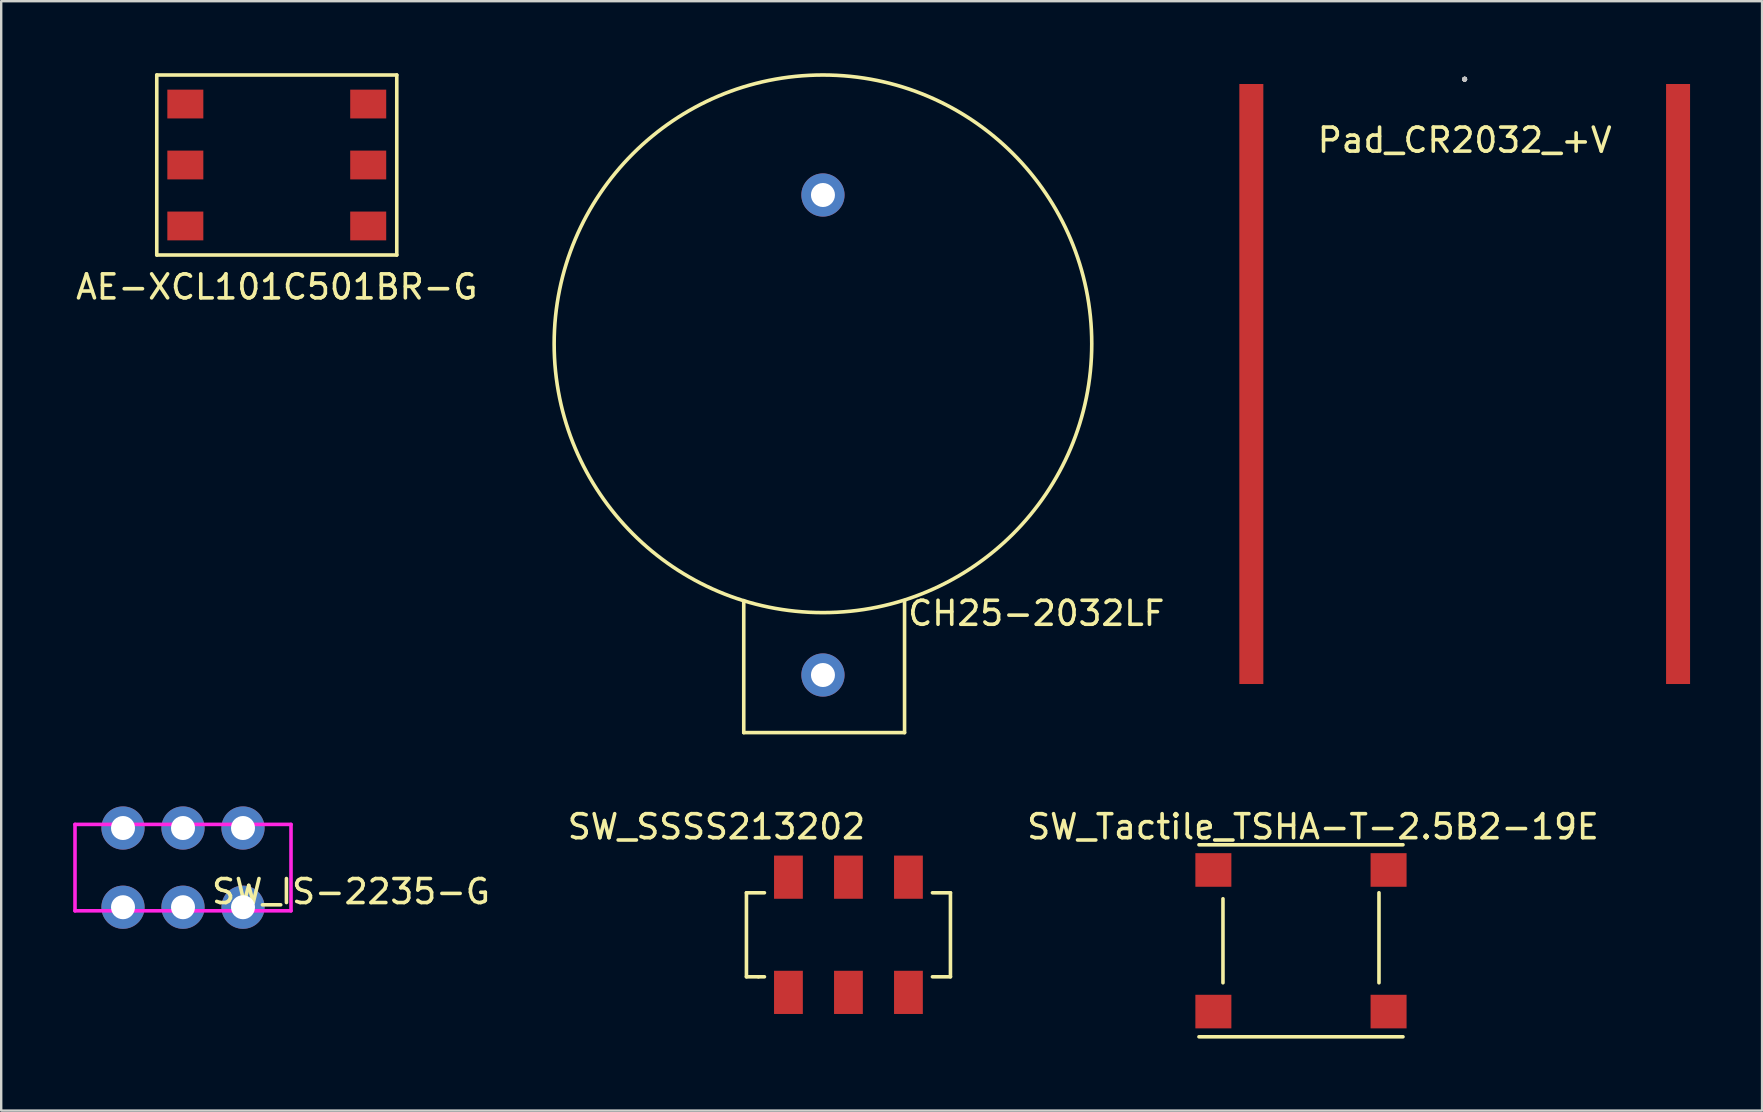
<source format=kicad_pcb>
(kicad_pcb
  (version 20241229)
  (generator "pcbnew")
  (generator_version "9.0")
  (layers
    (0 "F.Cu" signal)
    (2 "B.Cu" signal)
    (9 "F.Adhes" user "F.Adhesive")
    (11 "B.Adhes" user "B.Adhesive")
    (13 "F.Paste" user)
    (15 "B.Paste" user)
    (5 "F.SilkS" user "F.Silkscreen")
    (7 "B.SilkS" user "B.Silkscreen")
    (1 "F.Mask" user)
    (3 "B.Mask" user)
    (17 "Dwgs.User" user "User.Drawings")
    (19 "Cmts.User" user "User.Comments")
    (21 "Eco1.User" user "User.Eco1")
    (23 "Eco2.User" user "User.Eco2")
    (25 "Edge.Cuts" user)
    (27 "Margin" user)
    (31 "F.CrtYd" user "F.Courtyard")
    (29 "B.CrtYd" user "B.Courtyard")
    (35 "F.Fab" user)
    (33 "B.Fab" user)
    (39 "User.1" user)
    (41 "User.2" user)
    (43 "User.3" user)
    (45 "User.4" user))
  (footprint "SW_Tactile_TSHA-T-2.5B2-19E"
    (layer "F.Cu")
    (at 51.156 36.148)
    (property "Reference" "SW_Tactile_TSHA-T-2.5B2-19E" (at 0.5 -4.75 0) (layer "F.SilkS") (effects (font (size 1 1) (thickness 0.15))))
    (attr through_hole)
    (fp_line (start -4.25 -4) (end 4.25 -4) (stroke (width 0.15) (type solid)) (layer "F.SilkS"))
    (fp_line (start -4.25 4) (end 4.25 4) (stroke (width 0.15) (type solid)) (layer "F.SilkS"))
    (fp_line (start -3.25 -1.75) (end -3.25 1.75) (stroke (width 0.15) (type solid)) (layer "F.SilkS"))
    (fp_line (start 3.25 -2) (end 3.25 1.75) (stroke (width 0.15) (type solid)) (layer "F.SilkS"))
    (pad "1" smd rect (at -3.65 2.95) (size 1.5 1.4) (layers "F.Cu" "F.Mask" "F.Paste"))
    (pad "2" smd rect (at 3.65 2.95) (size 1.5 1.4) (layers "F.Cu" "F.Mask" "F.Paste"))
    (pad "3" smd rect (at 3.65 -2.95) (size 1.5 1.4) (layers "F.Cu" "F.Mask" "F.Paste"))
    (pad "4" smd rect (at -3.65 -2.95) (size 1.5 1.4) (layers "F.Cu" "F.Mask" "F.Paste")))
  (footprint "Pad_CR2032_+V"
    (layer "F.Cu")
    (at 57.978 0.25)
    (property "Reference" "Pad_CR2032_+V" (at 0 2.54 0) (layer "F.SilkS") (effects (font (size 1 1) (thickness 0.15))))
    (attr through_hole)
    (fp_line (start 0 0) (end 0 0) (stroke (width 0.1) (type solid)) (layer "Dwgs.User"))
    (fp_line (start 0 0) (end 0 0) (stroke (width 0.1) (type solid)) (layer "Dwgs.User"))
    (fp_line (start 0 0) (end 0 0) (stroke (width 0.1) (type solid)) (layer "Dwgs.User"))
    (fp_line (start 0 0) (end 0 0) (stroke (width 0.1) (type solid)) (layer "Dwgs.User"))
    (fp_line (start 0 0) (end 0 0) (stroke (width 0.1) (type solid)) (layer "Dwgs.User"))
    (fp_line (start 0 0) (end 0 0) (stroke (width 0.1) (type solid)) (layer "Dwgs.User"))
    (fp_line (start 0 0) (end 0 0) (stroke (width 0.1) (type solid)) (layer "Dwgs.User"))
    (fp_line (start 0 0) (end 0 0) (stroke (width 0.1) (type solid)) (layer "Dwgs.User"))
    (fp_line (start 0 0) (end 0 0) (stroke (width 0.1) (type solid)) (layer "Dwgs.User"))
    (fp_line (start 0 0) (end 0 0) (stroke (width 0.1) (type solid)) (layer "Dwgs.User"))
    (fp_line (start 0 0) (end 0 0) (stroke (width 0.1) (type solid)) (layer "Dwgs.User"))
    (fp_line (start 0 0) (end 0 0) (stroke (width 0.1) (type solid)) (layer "Dwgs.User"))
    (fp_line (start 0 0) (end 0 0) (stroke (width 0.1) (type solid)) (layer "Dwgs.User"))
    (fp_line (start 0 0) (end 0 0) (stroke (width 0.1) (type solid)) (layer "Dwgs.User"))
    (fp_line (start 0 0) (end 0 0) (stroke (width 0.1) (type solid)) (layer "Dwgs.User"))
    (fp_line (start 0 0) (end 0 0) (stroke (width 0.1) (type solid)) (layer "Dwgs.User"))
    (fp_line (start 0 0) (end 0 0) (stroke (width 0.1) (type solid)) (layer "Dwgs.User"))
    (fp_line (start 0 0) (end 0 0) (stroke (width 0.1) (type solid)) (layer "Dwgs.User"))
    (fp_line (start 0 0) (end 0 0) (stroke (width 0.1) (type solid)) (layer "Dwgs.User"))
    (fp_line (start 0 0) (end 0 0) (stroke (width 0.1) (type solid)) (layer "Dwgs.User"))
    (fp_line (start 0 0) (end 0 0) (stroke (width 0.1) (type solid)) (layer "Dwgs.User"))
    (fp_line (start 0 0) (end 0 0) (stroke (width 0.1) (type solid)) (layer "Dwgs.User"))
    (fp_line (start 0 0) (end 0 0) (stroke (width 0.1) (type solid)) (layer "Dwgs.User"))
    (fp_line (start 0 0) (end 0 0) (stroke (width 0.1) (type solid)) (layer "Dwgs.User"))
    (fp_line (start 0 0) (end 0 0) (stroke (width 0.1) (type solid)) (layer "Dwgs.User"))
    (fp_line (start 0 0) (end 0 0) (stroke (width 0.1) (type solid)) (layer "Dwgs.User"))
    (fp_line (start 0 0) (end 0 0) (stroke (width 0.1) (type solid)) (layer "Dwgs.User"))
    (fp_line (start 0 0) (end 0 0) (stroke (width 0.1) (type solid)) (layer "Dwgs.User"))
    (fp_line (start 0 0) (end 0 0) (stroke (width 0.1) (type solid)) (layer "Dwgs.User"))
    (fp_line (start 0 0) (end 0 0) (stroke (width 0.1) (type solid)) (layer "Dwgs.User"))
    (fp_line (start 0 0) (end 0 0) (stroke (width 0.1) (type solid)) (layer "Dwgs.User"))
    (fp_line (start 0 0) (end 0 0) (stroke (width 0.1) (type solid)) (layer "Dwgs.User"))
    (fp_line (start 0 0) (end 0 0) (stroke (width 0.1) (type solid)) (layer "Dwgs.User"))
    (fp_line (start 0 0) (end 0 0) (stroke (width 0.1) (type solid)) (layer "Dwgs.User"))
    (fp_line (start 0 0) (end 0 0) (stroke (width 0.1) (type solid)) (layer "Dwgs.User"))
    (fp_line (start 0 0) (end 0 0) (stroke (width 0.1) (type solid)) (layer "Dwgs.User"))
    (fp_line (start 0 0) (end 0 0) (stroke (width 0.1) (type solid)) (layer "Dwgs.User"))
    (fp_line (start 0 0) (end 0 0) (stroke (width 0.1) (type solid)) (layer "Dwgs.User"))
    (fp_line (start 0 0) (end 0 0) (stroke (width 0.1) (type solid)) (layer "Dwgs.User"))
    (fp_line (start 0 0) (end 0 0) (stroke (width 0.1) (type solid)) (layer "Dwgs.User"))
    (fp_line (start 0 0) (end 0 0) (stroke (width 0.1) (type solid)) (layer "Dwgs.User"))
    (fp_line (start 0 0) (end 0 0) (stroke (width 0.1) (type solid)) (layer "Dwgs.User"))
    (fp_line (start 0 0) (end 0 0) (stroke (width 0.1) (type solid)) (layer "Dwgs.User"))
    (fp_line (start 0 0) (end 0 0) (stroke (width 0.1) (type solid)) (layer "Dwgs.User"))
    (fp_line (start 0 0) (end 0 0) (stroke (width 0.1) (type solid)) (layer "Dwgs.User"))
    (fp_arc (start 0 0) (mid 0 0) (end 0 0) (stroke (width 0.1) (type solid)) (layer "Dwgs.User"))
    (fp_arc (start 0 0) (mid 0 0) (end 0 0) (stroke (width 0.1) (type solid)) (layer "Dwgs.User"))
    (fp_arc (start 0 0) (mid 0 0) (end 0 0) (stroke (width 0.1) (type solid)) (layer "Dwgs.User"))
    (fp_arc (start 0 0) (mid 0 0) (end 0 0) (stroke (width 0.1) (type solid)) (layer "Dwgs.User"))
    (fp_arc (start 0 0) (mid 0 0) (end 0 0) (stroke (width 0.1) (type solid)) (layer "Dwgs.User"))
    (fp_arc (start 0 0) (mid 0 0) (end 0 0) (stroke (width 0.1) (type solid)) (layer "Dwgs.User"))
    (fp_arc (start 0 0) (mid 0 0) (end 0 0) (stroke (width 0.1) (type solid)) (layer "Dwgs.User"))
    (fp_arc (start 0 0) (mid 0 0) (end 0 0) (stroke (width 0.1) (type solid)) (layer "Dwgs.User"))
    (fp_arc (start 0 0) (mid 0 0) (end 0 0) (stroke (width 0.1) (type solid)) (layer "Dwgs.User"))
    (fp_arc (start 0 0) (mid 0 0) (end 0 0) (stroke (width 0.1) (type solid)) (layer "Dwgs.User"))
    (fp_arc (start 0 0) (mid 0 0) (end 0 0) (stroke (width 0.1) (type solid)) (layer "Dwgs.User"))
    (fp_arc (start 0 0) (mid 0 0) (end 0 0) (stroke (width 0.1) (type solid)) (layer "Dwgs.User"))
    (fp_circle (center 0 0) (end 0 0) (stroke (width 0.1) (type solid)) (fill no) (layer "Dwgs.User"))
    (pad "1" smd rect (at -8.89 12.7) (size 1 25) (layers "F.Cu" "F.Mask" "F.Paste"))
    (pad "1" smd rect (at 8.89 12.7) (size 1 25) (layers "F.Cu" "F.Mask" "F.Paste")))
  (footprint "CH25-2032LF"
    (layer "F.Cu")
    (at 31.239 11.075)
    (property "Reference" "CH25-2032LF" (at 8.89 11.43 0) (layer "F.SilkS") (effects (font (size 1 1) (thickness 0.15))))
    (attr through_hole)
    (fp_line (start -3.3 16.4) (end -3.3 10.9) (stroke (width 0.15) (type solid)) (layer "F.SilkS"))
    (fp_line (start -3.3 16.4) (end 3.4 16.4) (stroke (width 0.15) (type solid)) (layer "F.SilkS"))
    (fp_line (start 3.4 16.4) (end 3.4 10.9) (stroke (width 0.15) (type solid)) (layer "F.SilkS"))
    (fp_circle (center 0 0.2) (end 0 11.4) (stroke (width 0.15) (type solid)) (fill no) (layer "F.SilkS"))
    (pad "1" thru_hole circle (at 0 14) (size 1.8 1.8) (drill 1) (layers "*.Cu" "*.Mask"))
    (pad "2" thru_hole circle (at 0 -6) (size 1.8 1.8) (drill 1) (layers "*.Cu" "*.Mask")))
  (footprint "SW_SSSS213202"
    (layer "F.Cu")
    (at 32.301 35.898)
    (property "Reference" "SW_SSSS213202" (at -5.5 -4.5 0) (layer "F.SilkS") (effects (font (size 1 1) (thickness 0.15))))
    (attr through_hole)
    (fp_line (start -4.25 -1.75) (end -4.25 1.75) (stroke (width 0.15) (type solid)) (layer "F.SilkS"))
    (fp_line (start -4.25 -1.75) (end -3.5 -1.75) (stroke (width 0.15) (type solid)) (layer "F.SilkS"))
    (fp_line (start -4.25 1.75) (end -3.75 1.75) (stroke (width 0.15) (type solid)) (layer "F.SilkS"))
    (fp_line (start -3.75 1.75) (end -3.5 1.75) (stroke (width 0.15) (type solid)) (layer "F.SilkS"))
    (fp_line (start 4.25 -1.75) (end 3.5 -1.75) (stroke (width 0.15) (type solid)) (layer "F.SilkS"))
    (fp_line (start 4.25 -1.75) (end 4.25 1.75) (stroke (width 0.15) (type solid)) (layer "F.SilkS"))
    (fp_line (start 4.25 1.75) (end 3.5 1.75) (stroke (width 0.15) (type solid)) (layer "F.SilkS"))
    (pad "1" smd rect (at -2.5 2.4) (size 1.2 1.8) (layers "F.Cu" "F.Mask" "F.Paste"))
    (pad "2" smd rect (at 0 2.4) (size 1.2 1.8) (layers "F.Cu" "F.Mask" "F.Paste"))
    (pad "3" smd rect (at 2.5 2.4) (size 1.2 1.8) (layers "F.Cu" "F.Mask" "F.Paste"))
    (pad "4" smd rect (at 2.5 -2.4) (size 1.2 1.8) (layers "F.Cu" "F.Mask" "F.Paste"))
    (pad "5" smd rect (at 0 -2.4) (size 1.2 1.8) (layers "F.Cu" "F.Mask" "F.Paste"))
    (pad "6" smd rect (at -2.5 -2.4) (size 1.2 1.8) (layers "F.Cu" "F.Mask" "F.Paste")))
  (footprint "SW_IS-2235-G"
    (layer "F.Cu")
    (at 4.575 33.1)
    (property "Reference" "SW_IS-2235-G" (at 7 1 0) (layer "F.SilkS") (effects (font (size 1 1) (thickness 0.15))))
    (attr through_hole)
    (fp_line (start -4.5 -1.8) (end 4.5 -1.8) (stroke (width 0.15) (type solid)) (layer "F.CrtYd"))
    (fp_line (start -4.5 1.8) (end -4.5 -1.8) (stroke (width 0.15) (type solid)) (layer "F.CrtYd"))
    (fp_line (start 4.5 -1.8) (end 4.5 1.8) (stroke (width 0.15) (type solid)) (layer "F.CrtYd"))
    (fp_line (start 4.5 1.8) (end -4.5 1.8) (stroke (width 0.15) (type solid)) (layer "F.CrtYd"))
    (pad "1" thru_hole circle (at -2.5 -1.65) (size 1.8 1.8) (drill 1) (layers "*.Cu" "*.Mask"))
    (pad "2" thru_hole circle (at 0 -1.65) (size 1.8 1.8) (drill 1) (layers "*.Cu" "*.Mask"))
    (pad "3" thru_hole circle (at 2.5 -1.65) (size 1.8 1.8) (drill 1) (layers "*.Cu" "*.Mask"))
    (pad "4" thru_hole circle (at -2.5 1.65) (size 1.8 1.8) (drill 1) (layers "*.Cu" "*.Mask"))
    (pad "5" thru_hole circle (at 0 1.65) (size 1.8 1.8) (drill 1) (layers "*.Cu" "*.Mask"))
    (pad "6" thru_hole circle (at 2.5 1.65) (size 1.8 1.8) (drill 1) (layers "*.Cu" "*.Mask")))
  (footprint "AE-XCL101C501BR-G"
    (layer "F.Cu")
    (at 8.482 3.825)
    (property "Reference" "AE-XCL101C501BR-G" (at 0 5.08 0) (layer "F.SilkS") (effects (font (size 1 1) (thickness 0.15))))
    (attr through_hole)
    (fp_line (start -5 -3.75) (end -5 3.75) (stroke (width 0.15) (type solid)) (layer "F.SilkS"))
    (fp_line (start -5 3.75) (end 5 3.75) (stroke (width 0.15) (type solid)) (layer "F.SilkS"))
    (fp_line (start 5 -3.75) (end -5 -3.75) (stroke (width 0.15) (type solid)) (layer "F.SilkS"))
    (fp_line (start 5 3.75) (end 5 -3.75) (stroke (width 0.15) (type solid)) (layer "F.SilkS"))
    (pad "1" smd rect (at -3.81 -2.54) (size 1.5 1.2) (layers "F.Cu" "F.Mask" "F.Paste"))
    (pad "2" smd rect (at -3.81 0) (size 1.5 1.2) (layers "F.Cu" "F.Mask" "F.Paste"))
    (pad "3" smd rect (at -3.81 2.54) (size 1.5 1.2) (layers "F.Cu" "F.Mask" "F.Paste"))
    (pad "4" smd rect (at 3.81 2.54) (size 1.5 1.2) (layers "F.Cu" "F.Mask" "F.Paste"))
    (pad "5" smd rect (at 3.81 0) (size 1.5 1.2) (layers "F.Cu" "F.Mask" "F.Paste"))
    (pad "6" smd rect (at 3.81 -2.54) (size 1.5 1.2) (layers "F.Cu" "F.Mask" "F.Paste")))
  (gr_rect
    (start -3 -3)
    (end 70.368 43.223)
    (stroke (width 0.1) (type default))
    (fill no)
    (layer "Edge.Cuts")))
</source>
